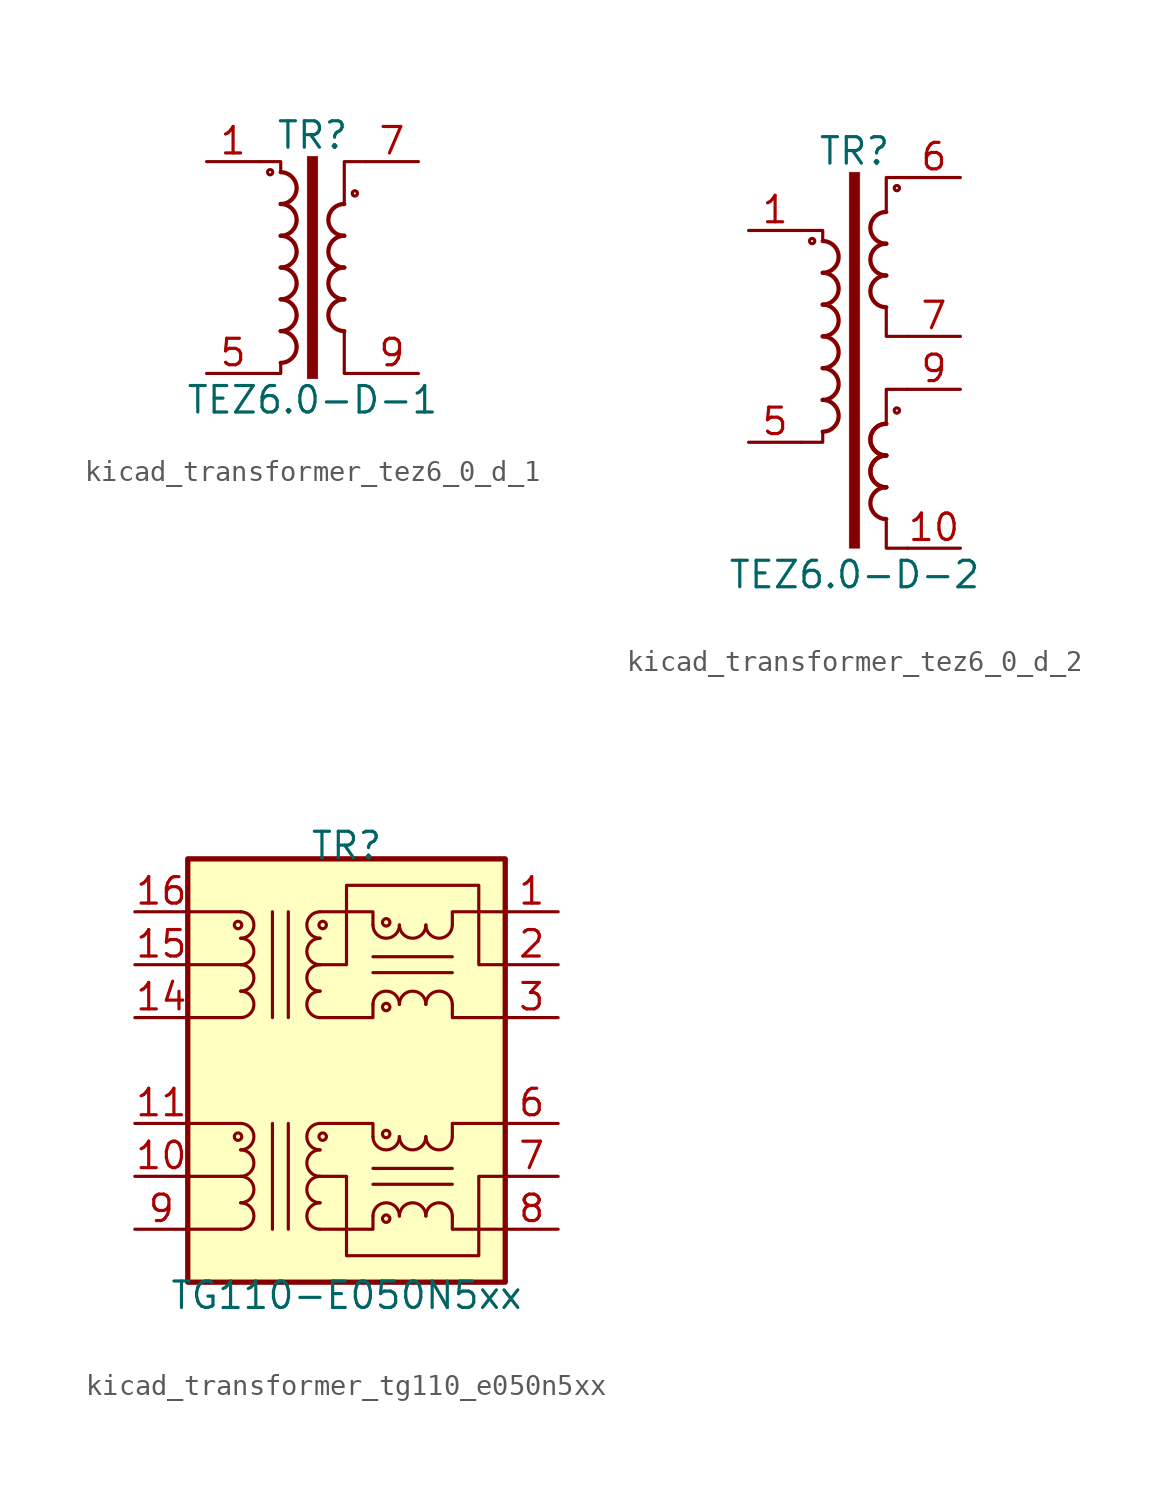
<source format=kicad_sym>
(kicad_symbol_lib
  (version 20220914)
  (generator kicad_symbol_editor)
  (symbol "kicad_transformer_tez6_0_d_1"
    (pin_names
      (offset 0.025))
    (property "Reference" "TR"
      (at 0 6.35 0)
      (effects (font (size 1.27 1.27))))
    (property "Value" "TEZ6.0-D-1"
      (at 0 -6.35 0)
      (effects (font (size 1.27 1.27))))
    (symbol "kicad_transformer_tez6_0_d_1_0_1"
      (circle (center -2.032 4.572) (radius 0.127) (stroke (width 0) (type default)) (fill (type none)))
      (arc (start -1.524 -4.572) (mid -0.7653 -3.81) (end -1.524 -3.048) (stroke (width 0.2032) (type default)) (fill (type none)))
      (arc (start -1.524 -3.048) (mid -0.7653 -2.286) (end -1.524 -1.524) (stroke (width 0.2032) (type default)) (fill (type none)))
      (arc (start -1.524 -1.524) (mid -0.7653 -0.762) (end -1.524 0) (stroke (width 0.2032) (type default)) (fill (type none)))
      (arc (start -1.524 0) (mid -0.7653 0.762) (end -1.524 1.524) (stroke (width 0.2032) (type default)) (fill (type none)))
      (arc (start -1.524 1.524) (mid -0.7653 2.286) (end -1.524 3.048) (stroke (width 0.2032) (type default)) (fill (type none)))
      (arc (start -1.524 3.048) (mid -0.7653 3.81) (end -1.524 4.572) (stroke (width 0.2032) (type default)) (fill (type none)))
      (rectangle (start -0.254 5.334) (end 0.254 -5.334) (stroke (width 0.025) (type default)) (fill (type outline)))
      (polyline (pts (xy -1.524 -4.572) (xy -1.524 -5.08) (xy -2.54 -5.08)) (stroke (width 0) (type default)) (fill (type none)))
      (polyline (pts (xy -1.524 4.572) (xy -1.524 5.08) (xy -2.54 5.08)) (stroke (width 0) (type default)) (fill (type none)))
      (polyline (pts (xy 1.524 3.048) (xy 1.524 5.08) (xy 2.54 5.08) (xy 2.54 5.08)) (stroke (width 0.152) (type default)) (fill (type none)))
      (polyline (pts (xy 2.54 -5.08) (xy 1.524 -5.08) (xy 1.524 -3.048) (xy 1.524 -3.048)) (stroke (width 0.152) (type default)) (fill (type none)))
      (arc (start 1.524 -1.524) (mid 0.7653 -2.286) (end 1.524 -3.048) (stroke (width 0.2032) (type default)) (fill (type none)))
      (arc (start 1.524 0) (mid 0.7653 -0.762) (end 1.524 -1.524) (stroke (width 0.2032) (type default)) (fill (type none)))
      (arc (start 1.524 1.524) (mid 0.7653 0.762) (end 1.524 0) (stroke (width 0.2032) (type default)) (fill (type none)))
      (arc (start 1.524 3.048) (mid 0.7653 2.286) (end 1.524 1.524) (stroke (width 0.2032) (type default)) (fill (type none)))
      (circle (center 2.032 3.556) (radius 0.127) (stroke (width 0) (type default)) (fill (type none))))
    (symbol "kicad_transformer_tez6_0_d_1_1_1"
      (pin passive line (at -5.08 5.08 0) (length 2.54) (name "~" (effects (font (size 1.27 1.27)))) (number "1" (effects (font (size 1.27 1.27)))))
      (pin passive line (at -5.08 -5.08 0) (length 2.54) (name "~" (effects (font (size 1.27 1.27)))) (number "5" (effects (font (size 1.27 1.27)))))
      (pin passive line (at 5.08 5.08 180) (length 2.54) (name "~" (effects (font (size 1.27 1.27)))) (number "7" (effects (font (size 1.27 1.27)))))
      (pin passive line (at 5.08 -5.08 180) (length 2.54) (name "~" (effects (font (size 1.27 1.27)))) (number "9" (effects (font (size 1.27 1.27)))))))
  (symbol "kicad_transformer_tez6_0_d_2"
    (pin_names
      (offset 0.025))
    (property "Reference" "TR"
      (at 0 8.89 0)
      (effects (font (size 1.27 1.27))))
    (property "Value" "TEZ6.0-D-2"
      (at 0 -11.43 0)
      (effects (font (size 1.27 1.27))))
    (symbol "kicad_transformer_tez6_0_d_2_0_1"
      (circle (center -2.032 4.572) (radius 0.127) (stroke (width 0) (type default)) (fill (type none)))
      (arc (start -1.524 -4.572) (mid -0.7653 -3.81) (end -1.524 -3.048) (stroke (width 0.2032) (type default)) (fill (type none)))
      (arc (start -1.524 -3.048) (mid -0.7653 -2.286) (end -1.524 -1.524) (stroke (width 0.2032) (type default)) (fill (type none)))
      (arc (start -1.524 -1.524) (mid -0.7653 -0.762) (end -1.524 0) (stroke (width 0.2032) (type default)) (fill (type none)))
      (arc (start -1.524 0) (mid -0.7653 0.762) (end -1.524 1.524) (stroke (width 0.2032) (type default)) (fill (type none)))
      (arc (start -1.524 1.524) (mid -0.7653 2.286) (end -1.524 3.048) (stroke (width 0.2032) (type default)) (fill (type none)))
      (arc (start -1.524 3.048) (mid -0.7653 3.81) (end -1.524 4.572) (stroke (width 0.2032) (type default)) (fill (type none)))
      (rectangle (start -0.254 7.874) (end 0.254 -10.16) (stroke (width 0.025) (type default)) (fill (type outline)))
      (polyline (pts (xy -1.524 -4.572) (xy -1.524 -5.08) (xy -2.54 -5.08)) (stroke (width 0) (type default)) (fill (type none)))
      (polyline (pts (xy -1.524 4.572) (xy -1.524 5.08) (xy -2.54 5.08)) (stroke (width 0) (type default)) (fill (type none)))
      (polyline (pts (xy 1.524 -8.89) (xy 1.524 -10.16) (xy 2.54 -10.16)) (stroke (width 0) (type default)) (fill (type none)))
      (polyline (pts (xy 2.54 -2.54) (xy 1.524 -2.54) (xy 1.524 -4.064)) (stroke (width 0) (type default)) (fill (type none)))
      (polyline (pts (xy 2.54 0) (xy 1.524 0) (xy 1.524 1.27)) (stroke (width 0) (type default)) (fill (type none)))
      (polyline (pts (xy 2.54 7.62) (xy 1.524 7.62) (xy 1.524 6.096)) (stroke (width 0) (type default)) (fill (type none)))
      (arc (start 1.524 -7.239) (mid 0.7653 -8.001) (end 1.524 -8.763) (stroke (width 0.2032) (type default)) (fill (type none)))
      (arc (start 1.524 -5.715) (mid 0.7653 -6.477) (end 1.524 -7.239) (stroke (width 0.2032) (type default)) (fill (type none)))
      (arc (start 1.524 -5.715) (mid 0.7653 -6.477) (end 1.524 -7.239) (stroke (width 0.2032) (type default)) (fill (type none)))
      (arc (start 1.524 -4.191) (mid 0.7653 -4.953) (end 1.524 -5.715) (stroke (width 0.2032) (type default)) (fill (type none)))
      (arc (start 1.524 -4.191) (mid 0.7653 -4.953) (end 1.524 -5.715) (stroke (width 0.2032) (type default)) (fill (type none)))
      (arc (start 1.524 2.921) (mid 0.7653 2.159) (end 1.524 1.397) (stroke (width 0.2032) (type default)) (fill (type none)))
      (arc (start 1.524 4.445) (mid 0.7653 3.683) (end 1.524 2.921) (stroke (width 0.2032) (type default)) (fill (type none)))
      (arc (start 1.524 5.969) (mid 0.7653 5.207) (end 1.524 4.445) (stroke (width 0.2032) (type default)) (fill (type none)))
      (circle (center 2.032 -3.556) (radius 0.127) (stroke (width 0) (type default)) (fill (type none)))
      (circle (center 2.032 7.112) (radius 0.127) (stroke (width 0) (type default)) (fill (type none))))
    (symbol "kicad_transformer_tez6_0_d_2_1_1"
      (pin passive line (at -5.08 5.08 0) (length 2.54) (name "~" (effects (font (size 1.27 1.27)))) (number "1" (effects (font (size 1.27 1.27)))))
      (pin passive line (at 5.08 -10.16 180) (length 2.54) (name "~" (effects (font (size 1.27 1.27)))) (number "10" (effects (font (size 1.27 1.27)))))
      (pin passive line (at -5.08 -5.08 0) (length 2.54) (name "~" (effects (font (size 1.27 1.27)))) (number "5" (effects (font (size 1.27 1.27)))))
      (pin passive line (at 5.08 7.62 180) (length 2.54) (name "~" (effects (font (size 1.27 1.27)))) (number "6" (effects (font (size 1.27 1.27)))))
      (pin passive line (at 5.08 0 180) (length 2.54) (name "~" (effects (font (size 1.27 1.27)))) (number "7" (effects (font (size 1.27 1.27)))))
      (pin passive line (at 5.08 -2.54 180) (length 2.54) (name "~" (effects (font (size 1.27 1.27)))) (number "9" (effects (font (size 1.27 1.27)))))))
  (symbol "kicad_transformer_tg110_e050n5xx"
    (pin_names hide)
    (property "Reference" "TR"
      (at 0 10.795 0)
      (effects (font (size 1.27 1.27))))
    (property "Value" "TG110-E050N5xx"
      (at 0 -10.795 0)
      (effects (font (size 1.27 1.27))))
    (symbol "kicad_transformer_tg110_e050n5xx_0_1"
      (rectangle (start -7.62 10.16) (end 7.62 -10.16) (stroke (width 0.254) (type default)) (fill (type background)))
      (circle (center -5.207 -3.175) (radius 0.178) (stroke (width 0) (type default)) (fill (type none)))
      (arc (start -5.08 -3.81) (mid -4.4477 -3.175) (end -5.08 -2.54) (stroke (width 0) (type default)) (fill (type none)))
      (polyline (pts (xy -5.08 -7.62) (xy -7.62 -7.62)) (stroke (width 0) (type default)) (fill (type none)))
      (polyline (pts (xy -5.08 -5.08) (xy -7.62 -5.08)) (stroke (width 0) (type default)) (fill (type none)))
      (polyline (pts (xy -5.08 -2.54) (xy -7.62 -2.54)) (stroke (width 0) (type default)) (fill (type none)))
      (polyline (pts (xy -3.556 -7.62) (xy -3.556 -2.54)) (stroke (width 0) (type default)) (fill (type none)))
      (polyline (pts (xy -3.556 7.62) (xy -3.556 2.54)) (stroke (width 0) (type default)) (fill (type none)))
      (polyline (pts (xy -2.794 -2.54) (xy -2.794 -7.62)) (stroke (width 0) (type default)) (fill (type none)))
      (polyline (pts (xy -2.794 2.54) (xy -2.794 7.62)) (stroke (width 0) (type default)) (fill (type none)))
      (polyline (pts (xy 1.27 -5.461) (xy 5.08 -5.461)) (stroke (width 0) (type default)) (fill (type none)))
      (polyline (pts (xy 1.27 -4.699) (xy 5.08 -4.699)) (stroke (width 0) (type default)) (fill (type none)))
      (polyline (pts (xy -1.27 -7.62) (xy 1.27 -7.62) (xy 1.27 -6.985)) (stroke (width 0) (type default)) (fill (type none)))
      (polyline (pts (xy 1.27 -3.175) (xy 1.27 -2.54) (xy -1.27 -2.54)) (stroke (width 0) (type default)) (fill (type none)))
      (polyline (pts (xy 5.08 -6.985) (xy 5.08 -7.62) (xy 7.62 -7.62)) (stroke (width 0) (type default)) (fill (type none)))
      (polyline (pts (xy 5.08 -3.175) (xy 5.08 -2.54) (xy 7.62 -2.54)) (stroke (width 0) (type default)) (fill (type none)))
      (polyline (pts (xy -1.27 -5.08) (xy 0 -5.08) (xy 0 -8.89) (xy 6.35 -8.89) (xy 6.35 -5.08) (xy 7.62 -5.08)) (stroke (width 0) (type default)) (fill (type none))))
    (symbol "kicad_transformer_tg110_e050n5xx_1_1"
      (circle (center -5.207 6.985) (radius 0.178) (stroke (width 0) (type default)) (fill (type none)))
      (arc (start -5.08 -7.62) (mid -4.4477 -6.985) (end -5.08 -6.35) (stroke (width 0) (type default)) (fill (type none)))
      (arc (start -5.08 -6.35) (mid -4.4477 -5.715) (end -5.08 -5.08) (stroke (width 0) (type default)) (fill (type none)))
      (arc (start -5.08 -5.08) (mid -4.4477 -4.445) (end -5.08 -3.81) (stroke (width 0) (type default)) (fill (type none)))
      (arc (start -5.08 2.54) (mid -4.4477 3.175) (end -5.08 3.81) (stroke (width 0) (type default)) (fill (type none)))
      (arc (start -5.08 3.81) (mid -4.4477 4.445) (end -5.08 5.08) (stroke (width 0) (type default)) (fill (type none)))
      (arc (start -5.08 5.08) (mid -4.4477 5.715) (end -5.08 6.35) (stroke (width 0) (type default)) (fill (type none)))
      (arc (start -5.08 6.35) (mid -4.4477 6.985) (end -5.08 7.62) (stroke (width 0) (type default)) (fill (type none)))
      (arc (start -1.27 -6.35) (mid -1.9023 -6.985) (end -1.27 -7.62) (stroke (width 0) (type default)) (fill (type none)))
      (arc (start -1.27 -5.08) (mid -1.9023 -5.715) (end -1.27 -6.35) (stroke (width 0) (type default)) (fill (type none)))
      (arc (start -1.27 -3.81) (mid -1.9023 -4.445) (end -1.27 -5.08) (stroke (width 0) (type default)) (fill (type none)))
      (arc (start -1.27 -2.54) (mid -1.9023 -3.175) (end -1.27 -3.81) (stroke (width 0) (type default)) (fill (type none)))
      (arc (start -1.27 3.81) (mid -1.9023 3.175) (end -1.27 2.54) (stroke (width 0) (type default)) (fill (type none)))
      (arc (start -1.27 5.08) (mid -1.9023 4.445) (end -1.27 3.81) (stroke (width 0) (type default)) (fill (type none)))
      (arc (start -1.27 6.35) (mid -1.9023 5.715) (end -1.27 5.08) (stroke (width 0) (type default)) (fill (type none)))
      (arc (start -1.27 7.62) (mid -1.9023 6.985) (end -1.27 6.35) (stroke (width 0) (type default)) (fill (type none)))
      (circle (center -1.143 -3.175) (radius 0.178) (stroke (width 0) (type default)) (fill (type none)))
      (circle (center -1.143 6.985) (radius 0.178) (stroke (width 0) (type default)) (fill (type none)))
      (polyline (pts (xy -5.08 2.54) (xy -7.62 2.54)) (stroke (width 0) (type default)) (fill (type none)))
      (polyline (pts (xy -5.08 5.08) (xy -7.62 5.08)) (stroke (width 0) (type default)) (fill (type none)))
      (polyline (pts (xy -5.08 7.62) (xy -7.62 7.62)) (stroke (width 0) (type default)) (fill (type none)))
      (polyline (pts (xy 1.27 4.699) (xy 5.08 4.699)) (stroke (width 0) (type default)) (fill (type none)))
      (polyline (pts (xy 1.27 5.461) (xy 5.08 5.461)) (stroke (width 0) (type default)) (fill (type none)))
      (polyline (pts (xy -1.27 2.54) (xy 1.27 2.54) (xy 1.27 3.175)) (stroke (width 0) (type default)) (fill (type none)))
      (polyline (pts (xy 1.27 6.985) (xy 1.27 7.62) (xy -1.27 7.62)) (stroke (width 0) (type default)) (fill (type none)))
      (polyline (pts (xy 5.08 3.175) (xy 5.08 2.54) (xy 7.62 2.54)) (stroke (width 0) (type default)) (fill (type none)))
      (polyline (pts (xy 5.08 6.985) (xy 5.08 7.62) (xy 7.62 7.62)) (stroke (width 0) (type default)) (fill (type none)))
      (polyline (pts (xy 7.62 5.08) (xy 6.35 5.08) (xy 6.35 8.89) (xy 0 8.89) (xy 0 5.08) (xy -1.27 5.08)) (stroke (width 0) (type default)) (fill (type none)))
      (arc (start 1.27 -3.175) (mid 1.905 -3.8073) (end 2.54 -3.175) (stroke (width 0) (type default)) (fill (type none)))
      (arc (start 1.27 6.985) (mid 1.905 6.3527) (end 2.54 6.985) (stroke (width 0) (type default)) (fill (type none)))
      (circle (center 1.905 -7.112) (radius 0.178) (stroke (width 0) (type default)) (fill (type none)))
      (circle (center 1.905 -3.048) (radius 0.178) (stroke (width 0) (type default)) (fill (type none)))
      (circle (center 1.905 3.048) (radius 0.178) (stroke (width 0) (type default)) (fill (type none)))
      (circle (center 1.905 7.112) (radius 0.178) (stroke (width 0) (type default)) (fill (type none)))
      (arc (start 2.54 -6.985) (mid 1.905 -6.3527) (end 1.27 -6.985) (stroke (width 0) (type default)) (fill (type none)))
      (arc (start 2.54 -3.175) (mid 3.175 -3.8073) (end 3.81 -3.175) (stroke (width 0) (type default)) (fill (type none)))
      (arc (start 2.54 3.175) (mid 1.905 3.8073) (end 1.27 3.175) (stroke (width 0) (type default)) (fill (type none)))
      (arc (start 2.54 6.985) (mid 3.175 6.3527) (end 3.81 6.985) (stroke (width 0) (type default)) (fill (type none)))
      (arc (start 3.81 -6.985) (mid 3.175 -6.3527) (end 2.54 -6.985) (stroke (width 0) (type default)) (fill (type none)))
      (arc (start 3.81 -3.175) (mid 4.445 -3.8073) (end 5.08 -3.175) (stroke (width 0) (type default)) (fill (type none)))
      (arc (start 3.81 3.175) (mid 3.175 3.8073) (end 2.54 3.175) (stroke (width 0) (type default)) (fill (type none)))
      (arc (start 3.81 6.985) (mid 4.445 6.3527) (end 5.08 6.985) (stroke (width 0) (type default)) (fill (type none)))
      (arc (start 5.08 -6.985) (mid 4.445 -6.3527) (end 3.81 -6.985) (stroke (width 0) (type default)) (fill (type none)))
      (arc (start 5.08 3.175) (mid 4.445 3.8073) (end 3.81 3.175) (stroke (width 0) (type default)) (fill (type none)))
      (pin passive line (at 10.16 7.62 180) (length 2.54) (name "TX-" (effects (font (size 1.27 1.27)))) (number "1" (effects (font (size 1.27 1.27)))))
      (pin passive line (at -10.16 -5.08 0) (length 2.54) (name "C_RD" (effects (font (size 1.27 1.27)))) (number "10" (effects (font (size 1.27 1.27)))))
      (pin passive line (at -10.16 -2.54 0) (length 2.54) (name "RD-" (effects (font (size 1.27 1.27)))) (number "11" (effects (font (size 1.27 1.27)))))
      (pin no_connect line (at -2.54 -10.16 90) (length 2.54) hide (name "NC" (effects (font (size 1.27 1.27)))) (number "12" (effects (font (size 1.27 1.27)))))
      (pin no_connect line (at 2.54 -10.16 90) (length 2.54) hide (name "NC" (effects (font (size 1.27 1.27)))) (number "13" (effects (font (size 1.27 1.27)))))
      (pin passive line (at -10.16 2.54 0) (length 2.54) (name "TD+" (effects (font (size 1.27 1.27)))) (number "14" (effects (font (size 1.27 1.27)))))
      (pin passive line (at -10.16 5.08 0) (length 2.54) (name "C_TD" (effects (font (size 1.27 1.27)))) (number "15" (effects (font (size 1.27 1.27)))))
      (pin passive line (at -10.16 7.62 0) (length 2.54) (name "TD-" (effects (font (size 1.27 1.27)))) (number "16" (effects (font (size 1.27 1.27)))))
      (pin passive line (at 10.16 5.08 180) (length 2.54) (name "C_TX" (effects (font (size 1.27 1.27)))) (number "2" (effects (font (size 1.27 1.27)))))
      (pin passive line (at 10.16 2.54 180) (length 2.54) (name "TX+" (effects (font (size 1.27 1.27)))) (number "3" (effects (font (size 1.27 1.27)))))
      (pin no_connect line (at -2.54 10.16 270) (length 2.54) hide (name "NC" (effects (font (size 1.27 1.27)))) (number "4" (effects (font (size 1.27 1.27)))))
      (pin no_connect line (at 2.54 10.16 270) (length 2.54) hide (name "NC" (effects (font (size 1.27 1.27)))) (number "5" (effects (font (size 1.27 1.27)))))
      (pin passive line (at 10.16 -2.54 180) (length 2.54) (name "RX-" (effects (font (size 1.27 1.27)))) (number "6" (effects (font (size 1.27 1.27)))))
      (pin passive line (at 10.16 -5.08 180) (length 2.54) (name "C_RX" (effects (font (size 1.27 1.27)))) (number "7" (effects (font (size 1.27 1.27)))))
      (pin passive line (at 10.16 -7.62 180) (length 2.54) (name "RX+" (effects (font (size 1.27 1.27)))) (number "8" (effects (font (size 1.27 1.27)))))
      (pin passive line (at -10.16 -7.62 0) (length 2.54) (name "RD+" (effects (font (size 1.27 1.27)))) (number "9" (effects (font (size 1.27 1.27))))))))
</source>
